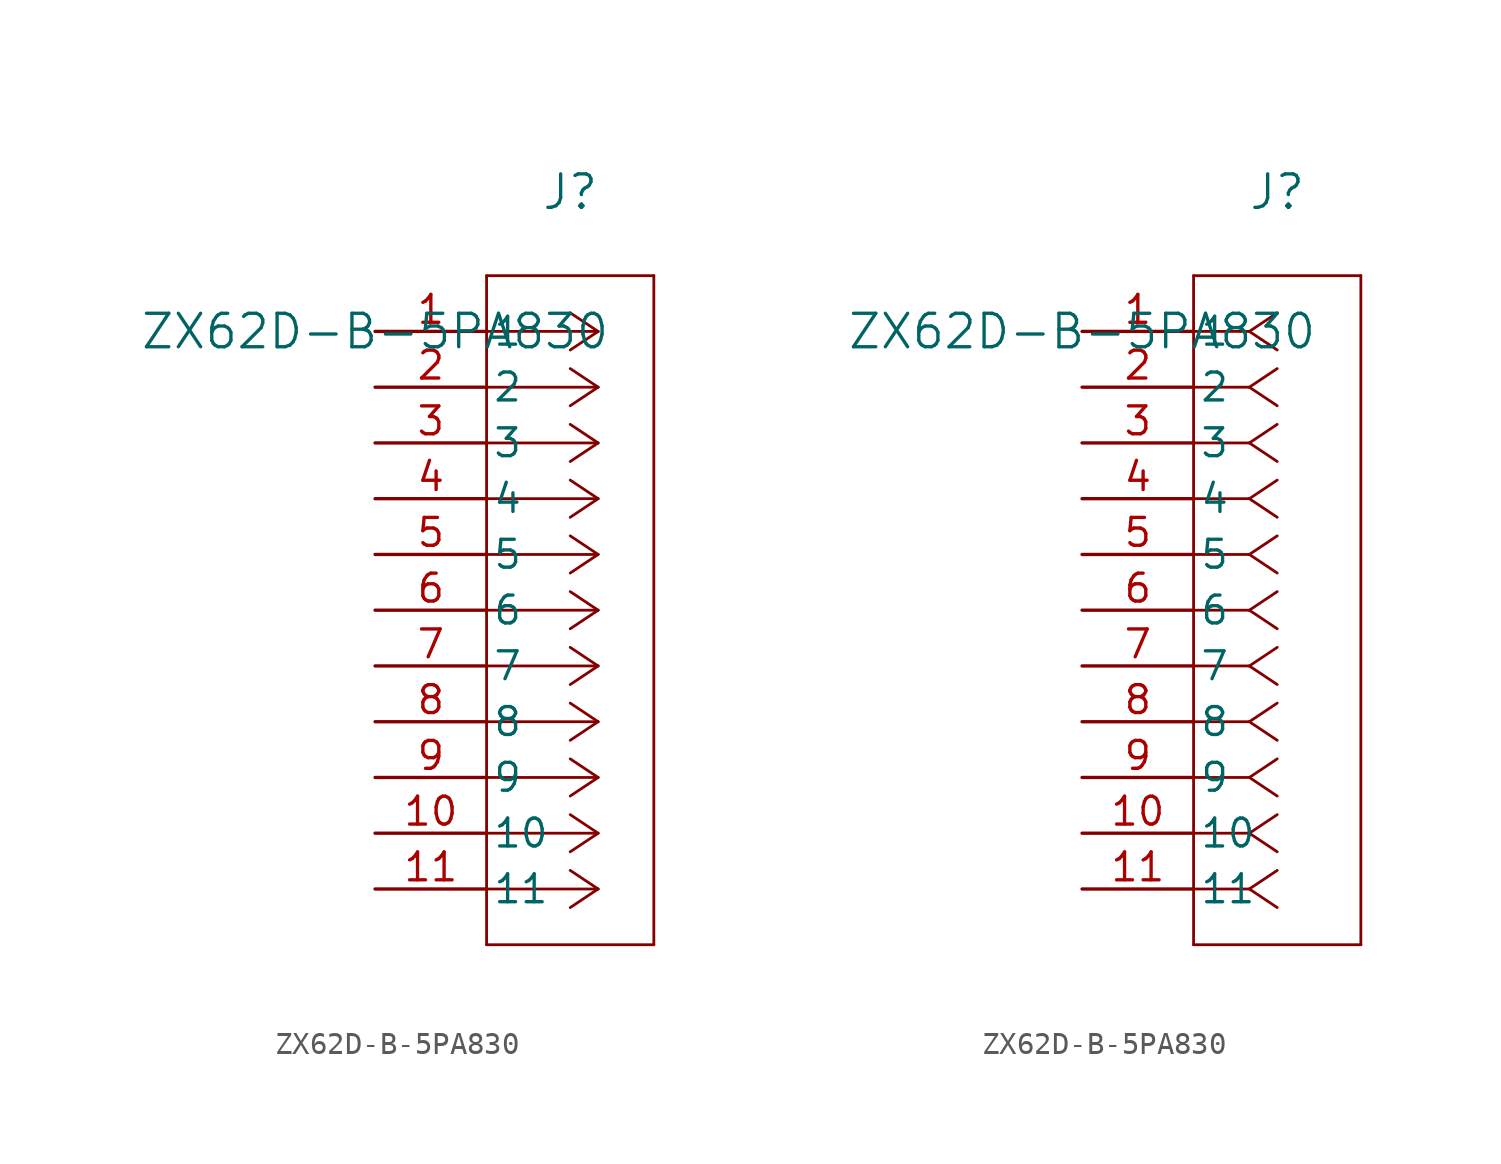
<source format=kicad_sym>
(kicad_symbol_lib
  (version 20211014)
  (generator kicad_symbol_editor)
  (symbol "ZX62D-B-5PA830"
    (pin_names
      (offset 0.254))
    (property "Reference" "J"
      (at 8.89 6.35 0)
      (effects (font (size 1.524 1.524))))
    (property "Value" "ZX62D-B-5PA830"
      (at 0 0 0)
      (effects (font (size 1.524 1.524))))
    (symbol "ZX62D-B-5PA830_1_1"
      (polyline (pts (xy 10.16 0) (xy 5.08 0)) (stroke (width 0.127) (type default) (color 0 0 0 0)) (fill (type none)))
      (polyline (pts (xy 10.16 -2.54) (xy 5.08 -2.54)) (stroke (width 0.127) (type default) (color 0 0 0 0)) (fill (type none)))
      (polyline (pts (xy 10.16 -5.08) (xy 5.08 -5.08)) (stroke (width 0.127) (type default) (color 0 0 0 0)) (fill (type none)))
      (polyline (pts (xy 10.16 -7.62) (xy 5.08 -7.62)) (stroke (width 0.127) (type default) (color 0 0 0 0)) (fill (type none)))
      (polyline (pts (xy 10.16 -10.16) (xy 5.08 -10.16)) (stroke (width 0.127) (type default) (color 0 0 0 0)) (fill (type none)))
      (polyline (pts (xy 10.16 -12.7) (xy 5.08 -12.7)) (stroke (width 0.127) (type default) (color 0 0 0 0)) (fill (type none)))
      (polyline (pts (xy 10.16 -15.24) (xy 5.08 -15.24)) (stroke (width 0.127) (type default) (color 0 0 0 0)) (fill (type none)))
      (polyline (pts (xy 10.16 -17.78) (xy 5.08 -17.78)) (stroke (width 0.127) (type default) (color 0 0 0 0)) (fill (type none)))
      (polyline (pts (xy 10.16 -20.32) (xy 5.08 -20.32)) (stroke (width 0.127) (type default) (color 0 0 0 0)) (fill (type none)))
      (polyline (pts (xy 10.16 -22.86) (xy 5.08 -22.86)) (stroke (width 0.127) (type default) (color 0 0 0 0)) (fill (type none)))
      (polyline (pts (xy 10.16 -25.4) (xy 5.08 -25.4)) (stroke (width 0.127) (type default) (color 0 0 0 0)) (fill (type none)))
      (polyline (pts (xy 10.16 0) (xy 8.89 0.847)) (stroke (width 0.127) (type default) (color 0 0 0 0)) (fill (type none)))
      (polyline (pts (xy 10.16 -2.54) (xy 8.89 -1.693)) (stroke (width 0.127) (type default) (color 0 0 0 0)) (fill (type none)))
      (polyline (pts (xy 10.16 -5.08) (xy 8.89 -4.233)) (stroke (width 0.127) (type default) (color 0 0 0 0)) (fill (type none)))
      (polyline (pts (xy 10.16 -7.62) (xy 8.89 -6.773)) (stroke (width 0.127) (type default) (color 0 0 0 0)) (fill (type none)))
      (polyline (pts (xy 10.16 -10.16) (xy 8.89 -9.313)) (stroke (width 0.127) (type default) (color 0 0 0 0)) (fill (type none)))
      (polyline (pts (xy 10.16 -12.7) (xy 8.89 -11.853)) (stroke (width 0.127) (type default) (color 0 0 0 0)) (fill (type none)))
      (polyline (pts (xy 10.16 -15.24) (xy 8.89 -14.393)) (stroke (width 0.127) (type default) (color 0 0 0 0)) (fill (type none)))
      (polyline (pts (xy 10.16 -17.78) (xy 8.89 -16.933)) (stroke (width 0.127) (type default) (color 0 0 0 0)) (fill (type none)))
      (polyline (pts (xy 10.16 -20.32) (xy 8.89 -19.473)) (stroke (width 0.127) (type default) (color 0 0 0 0)) (fill (type none)))
      (polyline (pts (xy 10.16 -22.86) (xy 8.89 -22.013)) (stroke (width 0.127) (type default) (color 0 0 0 0)) (fill (type none)))
      (polyline (pts (xy 10.16 -25.4) (xy 8.89 -24.553)) (stroke (width 0.127) (type default) (color 0 0 0 0)) (fill (type none)))
      (polyline (pts (xy 10.16 0) (xy 8.89 -0.847)) (stroke (width 0.127) (type default) (color 0 0 0 0)) (fill (type none)))
      (polyline (pts (xy 10.16 -2.54) (xy 8.89 -3.387)) (stroke (width 0.127) (type default) (color 0 0 0 0)) (fill (type none)))
      (polyline (pts (xy 10.16 -5.08) (xy 8.89 -5.927)) (stroke (width 0.127) (type default) (color 0 0 0 0)) (fill (type none)))
      (polyline (pts (xy 10.16 -7.62) (xy 8.89 -8.467)) (stroke (width 0.127) (type default) (color 0 0 0 0)) (fill (type none)))
      (polyline (pts (xy 10.16 -10.16) (xy 8.89 -11.007)) (stroke (width 0.127) (type default) (color 0 0 0 0)) (fill (type none)))
      (polyline (pts (xy 10.16 -12.7) (xy 8.89 -13.547)) (stroke (width 0.127) (type default) (color 0 0 0 0)) (fill (type none)))
      (polyline (pts (xy 10.16 -15.24) (xy 8.89 -16.087)) (stroke (width 0.127) (type default) (color 0 0 0 0)) (fill (type none)))
      (polyline (pts (xy 10.16 -17.78) (xy 8.89 -18.627)) (stroke (width 0.127) (type default) (color 0 0 0 0)) (fill (type none)))
      (polyline (pts (xy 10.16 -20.32) (xy 8.89 -21.167)) (stroke (width 0.127) (type default) (color 0 0 0 0)) (fill (type none)))
      (polyline (pts (xy 10.16 -22.86) (xy 8.89 -23.707)) (stroke (width 0.127) (type default) (color 0 0 0 0)) (fill (type none)))
      (polyline (pts (xy 10.16 -25.4) (xy 8.89 -26.247)) (stroke (width 0.127) (type default) (color 0 0 0 0)) (fill (type none)))
      (polyline (pts (xy 5.08 2.54) (xy 5.08 -27.94)) (stroke (width 0.127) (type default) (color 0 0 0 0)) (fill (type none)))
      (polyline (pts (xy 5.08 -27.94) (xy 12.7 -27.94)) (stroke (width 0.127) (type default) (color 0 0 0 0)) (fill (type none)))
      (polyline (pts (xy 12.7 -27.94) (xy 12.7 2.54)) (stroke (width 0.127) (type default) (color 0 0 0 0)) (fill (type none)))
      (polyline (pts (xy 12.7 2.54) (xy 5.08 2.54)) (stroke (width 0.127) (type default) (color 0 0 0 0)) (fill (type none)))
      (pin unspecified line (at 0 0 0) (length 5.08) (name "1" (effects (font (size 1.27 1.27)))) (number "1" (effects (font (size 1.27 1.27)))))
      (pin unspecified line (at 0 -2.54 0) (length 5.08) (name "2" (effects (font (size 1.27 1.27)))) (number "2" (effects (font (size 1.27 1.27)))))
      (pin unspecified line (at 0 -5.08 0) (length 5.08) (name "3" (effects (font (size 1.27 1.27)))) (number "3" (effects (font (size 1.27 1.27)))))
      (pin unspecified line (at 0 -7.62 0) (length 5.08) (name "4" (effects (font (size 1.27 1.27)))) (number "4" (effects (font (size 1.27 1.27)))))
      (pin unspecified line (at 0 -10.16 0) (length 5.08) (name "5" (effects (font (size 1.27 1.27)))) (number "5" (effects (font (size 1.27 1.27)))))
      (pin unspecified line (at 0 -12.7 0) (length 5.08) (name "6" (effects (font (size 1.27 1.27)))) (number "6" (effects (font (size 1.27 1.27)))))
      (pin unspecified line (at 0 -15.24 0) (length 5.08) (name "7" (effects (font (size 1.27 1.27)))) (number "7" (effects (font (size 1.27 1.27)))))
      (pin unspecified line (at 0 -17.78 0) (length 5.08) (name "8" (effects (font (size 1.27 1.27)))) (number "8" (effects (font (size 1.27 1.27)))))
      (pin unspecified line (at 0 -20.32 0) (length 5.08) (name "9" (effects (font (size 1.27 1.27)))) (number "9" (effects (font (size 1.27 1.27)))))
      (pin unspecified line (at 0 -22.86 0) (length 5.08) (name "10" (effects (font (size 1.27 1.27)))) (number "10" (effects (font (size 1.27 1.27)))))
      (pin unspecified line (at 0 -25.4 0) (length 5.08) (name "11" (effects (font (size 1.27 1.27)))) (number "11" (effects (font (size 1.27 1.27))))))
    (symbol "ZX62D-B-5PA830_1_2"
      (polyline (pts (xy 7.62 0) (xy 5.08 0)) (stroke (width 0.127) (type default) (color 0 0 0 0)) (fill (type none)))
      (polyline (pts (xy 7.62 -2.54) (xy 5.08 -2.54)) (stroke (width 0.127) (type default) (color 0 0 0 0)) (fill (type none)))
      (polyline (pts (xy 7.62 -5.08) (xy 5.08 -5.08)) (stroke (width 0.127) (type default) (color 0 0 0 0)) (fill (type none)))
      (polyline (pts (xy 7.62 -7.62) (xy 5.08 -7.62)) (stroke (width 0.127) (type default) (color 0 0 0 0)) (fill (type none)))
      (polyline (pts (xy 7.62 -10.16) (xy 5.08 -10.16)) (stroke (width 0.127) (type default) (color 0 0 0 0)) (fill (type none)))
      (polyline (pts (xy 7.62 -12.7) (xy 5.08 -12.7)) (stroke (width 0.127) (type default) (color 0 0 0 0)) (fill (type none)))
      (polyline (pts (xy 7.62 -15.24) (xy 5.08 -15.24)) (stroke (width 0.127) (type default) (color 0 0 0 0)) (fill (type none)))
      (polyline (pts (xy 7.62 -17.78) (xy 5.08 -17.78)) (stroke (width 0.127) (type default) (color 0 0 0 0)) (fill (type none)))
      (polyline (pts (xy 7.62 -20.32) (xy 5.08 -20.32)) (stroke (width 0.127) (type default) (color 0 0 0 0)) (fill (type none)))
      (polyline (pts (xy 7.62 -22.86) (xy 5.08 -22.86)) (stroke (width 0.127) (type default) (color 0 0 0 0)) (fill (type none)))
      (polyline (pts (xy 7.62 -25.4) (xy 5.08 -25.4)) (stroke (width 0.127) (type default) (color 0 0 0 0)) (fill (type none)))
      (polyline (pts (xy 7.62 0) (xy 8.89 0.847)) (stroke (width 0.127) (type default) (color 0 0 0 0)) (fill (type none)))
      (polyline (pts (xy 7.62 -2.54) (xy 8.89 -1.693)) (stroke (width 0.127) (type default) (color 0 0 0 0)) (fill (type none)))
      (polyline (pts (xy 7.62 -5.08) (xy 8.89 -4.233)) (stroke (width 0.127) (type default) (color 0 0 0 0)) (fill (type none)))
      (polyline (pts (xy 7.62 -7.62) (xy 8.89 -6.773)) (stroke (width 0.127) (type default) (color 0 0 0 0)) (fill (type none)))
      (polyline (pts (xy 7.62 -10.16) (xy 8.89 -9.313)) (stroke (width 0.127) (type default) (color 0 0 0 0)) (fill (type none)))
      (polyline (pts (xy 7.62 -12.7) (xy 8.89 -11.853)) (stroke (width 0.127) (type default) (color 0 0 0 0)) (fill (type none)))
      (polyline (pts (xy 7.62 -15.24) (xy 8.89 -14.393)) (stroke (width 0.127) (type default) (color 0 0 0 0)) (fill (type none)))
      (polyline (pts (xy 7.62 -17.78) (xy 8.89 -16.933)) (stroke (width 0.127) (type default) (color 0 0 0 0)) (fill (type none)))
      (polyline (pts (xy 7.62 -20.32) (xy 8.89 -19.473)) (stroke (width 0.127) (type default) (color 0 0 0 0)) (fill (type none)))
      (polyline (pts (xy 7.62 -22.86) (xy 8.89 -22.013)) (stroke (width 0.127) (type default) (color 0 0 0 0)) (fill (type none)))
      (polyline (pts (xy 7.62 -25.4) (xy 8.89 -24.553)) (stroke (width 0.127) (type default) (color 0 0 0 0)) (fill (type none)))
      (polyline (pts (xy 7.62 0) (xy 8.89 -0.847)) (stroke (width 0.127) (type default) (color 0 0 0 0)) (fill (type none)))
      (polyline (pts (xy 7.62 -2.54) (xy 8.89 -3.387)) (stroke (width 0.127) (type default) (color 0 0 0 0)) (fill (type none)))
      (polyline (pts (xy 7.62 -5.08) (xy 8.89 -5.927)) (stroke (width 0.127) (type default) (color 0 0 0 0)) (fill (type none)))
      (polyline (pts (xy 7.62 -7.62) (xy 8.89 -8.467)) (stroke (width 0.127) (type default) (color 0 0 0 0)) (fill (type none)))
      (polyline (pts (xy 7.62 -10.16) (xy 8.89 -11.007)) (stroke (width 0.127) (type default) (color 0 0 0 0)) (fill (type none)))
      (polyline (pts (xy 7.62 -12.7) (xy 8.89 -13.547)) (stroke (width 0.127) (type default) (color 0 0 0 0)) (fill (type none)))
      (polyline (pts (xy 7.62 -15.24) (xy 8.89 -16.087)) (stroke (width 0.127) (type default) (color 0 0 0 0)) (fill (type none)))
      (polyline (pts (xy 7.62 -17.78) (xy 8.89 -18.627)) (stroke (width 0.127) (type default) (color 0 0 0 0)) (fill (type none)))
      (polyline (pts (xy 7.62 -20.32) (xy 8.89 -21.167)) (stroke (width 0.127) (type default) (color 0 0 0 0)) (fill (type none)))
      (polyline (pts (xy 7.62 -22.86) (xy 8.89 -23.707)) (stroke (width 0.127) (type default) (color 0 0 0 0)) (fill (type none)))
      (polyline (pts (xy 7.62 -25.4) (xy 8.89 -26.247)) (stroke (width 0.127) (type default) (color 0 0 0 0)) (fill (type none)))
      (polyline (pts (xy 5.08 2.54) (xy 5.08 -27.94)) (stroke (width 0.127) (type default) (color 0 0 0 0)) (fill (type none)))
      (polyline (pts (xy 5.08 -27.94) (xy 12.7 -27.94)) (stroke (width 0.127) (type default) (color 0 0 0 0)) (fill (type none)))
      (polyline (pts (xy 12.7 -27.94) (xy 12.7 2.54)) (stroke (width 0.127) (type default) (color 0 0 0 0)) (fill (type none)))
      (polyline (pts (xy 12.7 2.54) (xy 5.08 2.54)) (stroke (width 0.127) (type default) (color 0 0 0 0)) (fill (type none)))
      (pin unspecified line (at 0 0 0) (length 5.08) (name "1" (effects (font (size 1.27 1.27)))) (number "1" (effects (font (size 1.27 1.27)))))
      (pin unspecified line (at 0 -2.54 0) (length 5.08) (name "2" (effects (font (size 1.27 1.27)))) (number "2" (effects (font (size 1.27 1.27)))))
      (pin unspecified line (at 0 -5.08 0) (length 5.08) (name "3" (effects (font (size 1.27 1.27)))) (number "3" (effects (font (size 1.27 1.27)))))
      (pin unspecified line (at 0 -7.62 0) (length 5.08) (name "4" (effects (font (size 1.27 1.27)))) (number "4" (effects (font (size 1.27 1.27)))))
      (pin unspecified line (at 0 -10.16 0) (length 5.08) (name "5" (effects (font (size 1.27 1.27)))) (number "5" (effects (font (size 1.27 1.27)))))
      (pin unspecified line (at 0 -12.7 0) (length 5.08) (name "6" (effects (font (size 1.27 1.27)))) (number "6" (effects (font (size 1.27 1.27)))))
      (pin unspecified line (at 0 -15.24 0) (length 5.08) (name "7" (effects (font (size 1.27 1.27)))) (number "7" (effects (font (size 1.27 1.27)))))
      (pin unspecified line (at 0 -17.78 0) (length 5.08) (name "8" (effects (font (size 1.27 1.27)))) (number "8" (effects (font (size 1.27 1.27)))))
      (pin unspecified line (at 0 -20.32 0) (length 5.08) (name "9" (effects (font (size 1.27 1.27)))) (number "9" (effects (font (size 1.27 1.27)))))
      (pin unspecified line (at 0 -22.86 0) (length 5.08) (name "10" (effects (font (size 1.27 1.27)))) (number "10" (effects (font (size 1.27 1.27)))))
      (pin unspecified line (at 0 -25.4 0) (length 5.08) (name "11" (effects (font (size 1.27 1.27)))) (number "11" (effects (font (size 1.27 1.27))))))))
</source>
